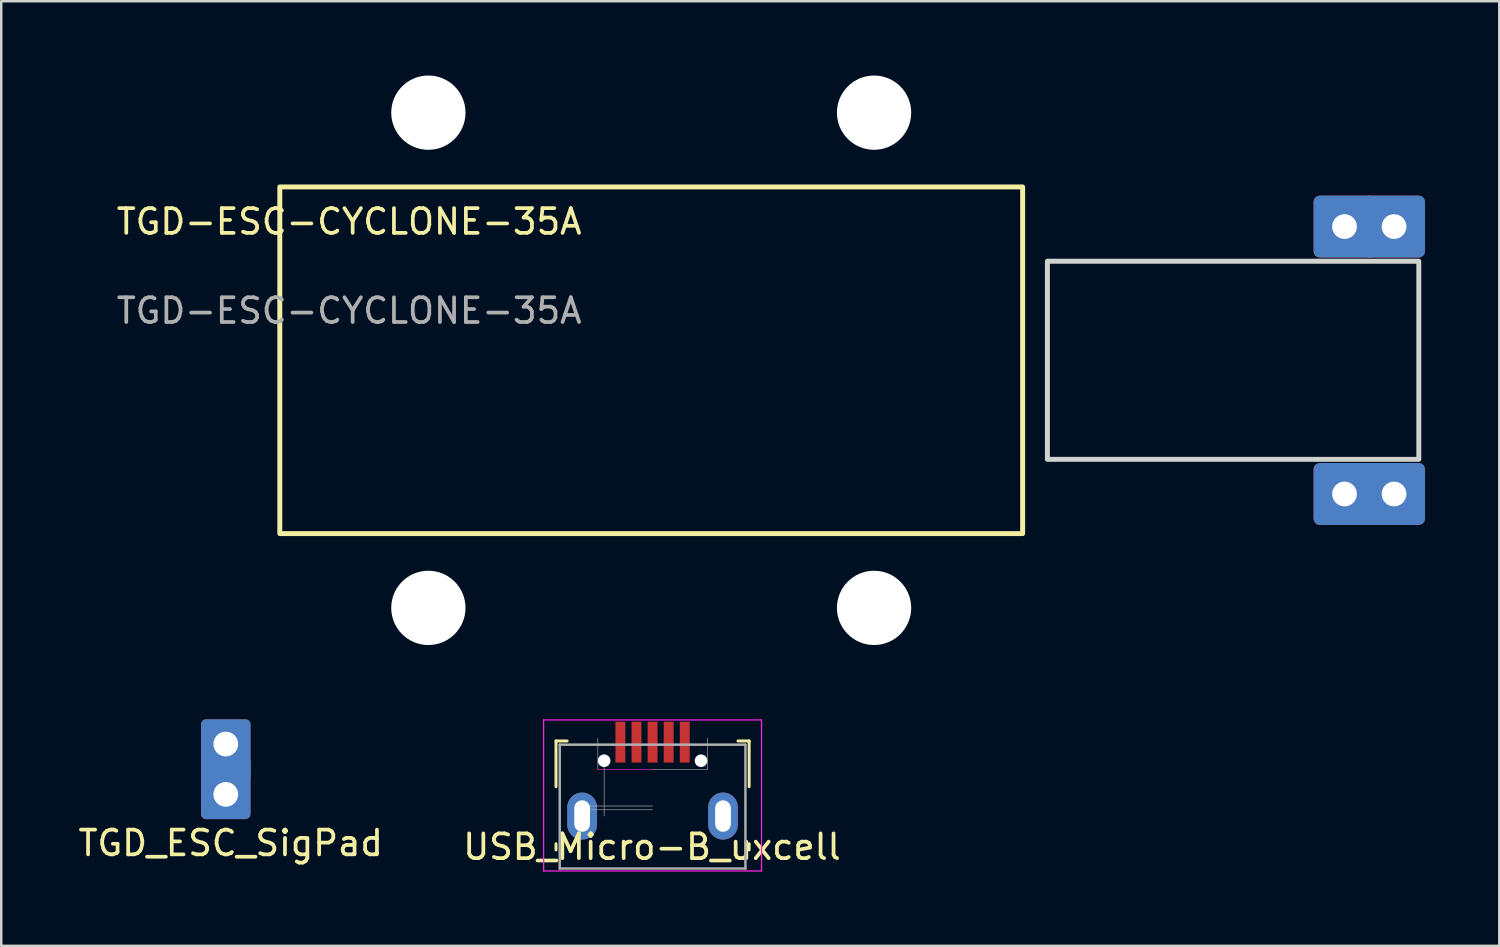
<source format=kicad_pcb>
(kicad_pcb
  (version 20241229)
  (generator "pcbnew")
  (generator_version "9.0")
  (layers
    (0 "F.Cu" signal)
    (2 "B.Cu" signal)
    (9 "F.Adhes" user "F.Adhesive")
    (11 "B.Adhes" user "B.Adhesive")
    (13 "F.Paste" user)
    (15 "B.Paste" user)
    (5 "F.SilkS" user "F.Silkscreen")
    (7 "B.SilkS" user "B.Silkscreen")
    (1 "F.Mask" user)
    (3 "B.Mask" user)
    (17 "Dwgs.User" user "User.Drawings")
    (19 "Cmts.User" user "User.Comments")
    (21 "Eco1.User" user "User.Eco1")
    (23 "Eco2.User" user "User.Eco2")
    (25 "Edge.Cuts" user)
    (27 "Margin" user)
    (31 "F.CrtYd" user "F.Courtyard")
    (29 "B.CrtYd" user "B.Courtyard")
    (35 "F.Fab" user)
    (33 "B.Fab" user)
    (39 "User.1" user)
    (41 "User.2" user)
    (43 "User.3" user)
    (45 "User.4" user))
  (footprint "TGD_ESC_SigPad"
    (layer "F.Cu")
    (at 6.068 27)
    (property "Reference" "TGD_ESC_SigPad" (at 0.2 4 0) (layer "F.SilkS") (effects (font (size 1 1) (thickness 0.15))))
    (attr through_hole)
    (pad "1" thru_hole roundrect (at 0 0) (size 2 2.5) (drill 1 (offset 0 0.25)) (layers "*.Cu" "*.Mask") (roundrect_rratio 0.1))
    (pad "1" thru_hole roundrect (at 0 2.032 180) (size 2 2.5) (drill 1 (offset 0 0.25)) (layers "*.Cu" "*.Mask") (roundrect_rratio 0.1)))
  (footprint "TGD-ESC-CYCLONE-35A"
    (layer "F.Cu")
    (at 0.25 11.5)
    (property "Reference" "TGD-ESC-CYCLONE-35A" (at 10.8 -5.6 0) (unlocked yes) (layer "F.SilkS") (effects (font (size 1 1) (thickness 0.15))))
    (attr through_hole)
    (fp_rect (start 8 -7) (end 38 7) (stroke (width 0.2) (type solid)) (fill no) (layer "F.SilkS"))
    (fp_rect (start 39 -4) (end 54 4) (stroke (width 0.2) (type solid)) (fill no) (layer "Edge.Cuts"))
    (fp_text user "${REFERENCE}" (at 10.8 -2 0) (unlocked yes) (layer "F.Fab") (effects (font (size 1 1) (thickness 0.15))))
    (pad "" np_thru_hole circle (at 14 -10) (size 3 3) (drill 3) (layers "*.Cu" "*.Mask"))
    (pad "" np_thru_hole circle (at 14 10) (size 3 3) (drill 3) (layers "*.Cu" "*.Mask"))
    (pad "" np_thru_hole circle (at 32 -10) (size 3 3) (drill 3) (layers "*.Cu" "*.Mask"))
    (pad "" np_thru_hole circle (at 32 10) (size 3 3) (drill 3) (layers "*.Cu" "*.Mask"))
    (pad "1" thru_hole roundrect (at 51 -5.4 90) (size 2.5 2.5) (drill 1) (layers "*.Cu" "*.Mask") (roundrect_rratio 0.1))
    (pad "1" thru_hole roundrect (at 53 -5.4 180) (size 2.5 2.5) (drill 1) (layers "*.Cu" "*.Mask") (roundrect_rratio 0.1))
    (pad "2" thru_hole roundrect (at 51 5.4) (size 2.5 2.5) (drill 1) (layers "*.Cu" "*.Mask") (roundrect_rratio 0.1))
    (pad "2" thru_hole roundrect (at 53 5.4 270) (size 2.5 2.5) (drill 1) (layers "*.Cu" "*.Mask") (roundrect_rratio 0.1)))
  (footprint "USB_Micro-B_uxcell"
    (layer "F.Cu")
    (at 23.305 28.637)
    (property "Reference" "USB_Micro-B_uxcell" (at -0.025 2.515 0) (layer "F.SilkS") (effects (font (size 1 1) (thickness 0.15))))
    (attr smd)
    (fp_line (start -3.9 -1.762) (end -3.45 -1.762) (stroke (width 0.12) (type solid)) (layer "F.SilkS"))
    (fp_line (start -3.9 0.087) (end -3.9 -1.762) (stroke (width 0.12) (type solid)) (layer "F.SilkS"))
    (fp_line (start -3.9 2.638) (end -3.9 2.388) (stroke (width 0.12) (type solid)) (layer "F.SilkS"))
    (fp_line (start 3.9 -1.762) (end 3.45 -1.762) (stroke (width 0.12) (type solid)) (layer "F.SilkS"))
    (fp_line (start 3.9 0.087) (end 3.9 -1.762) (stroke (width 0.12) (type solid)) (layer "F.SilkS"))
    (fp_line (start 3.9 2.638) (end 3.9 2.388) (stroke (width 0.12) (type solid)) (layer "F.SilkS"))
    (fp_line (start -4.4 -2.612) (end 4.4 -2.612) (stroke (width 0.05) (type solid)) (layer "F.CrtYd"))
    (fp_line (start -4.4 3.488) (end -4.4 -2.612) (stroke (width 0.05) (type solid)) (layer "F.CrtYd"))
    (fp_line (start -4.4 3.488) (end 4.4 3.488) (stroke (width 0.05) (type solid)) (layer "F.CrtYd"))
    (fp_line (start -2.21 -0.61) (end 0 -0.61) (stroke (width 0.025) (type solid)) (layer "F.CrtYd"))
    (fp_line (start 4.4 -2.612) (end 4.4 3.488) (stroke (width 0.05) (type solid)) (layer "F.CrtYd"))
    (fp_line (start -3.75 -1.613) (end 3.75 -1.613) (stroke (width 0.1) (type solid)) (layer "F.Fab"))
    (fp_line (start -3.75 3.388) (end -3.75 -1.613) (stroke (width 0.1) (type solid)) (layer "F.Fab"))
    (fp_line (start -3.75 3.389) (end 3.75 3.389) (stroke (width 0.1) (type solid)) (layer "F.Fab"))
    (fp_line (start -2.21 -0.61) (end -2.21 -1.88) (stroke (width 0.025) (type solid)) (layer "F.Fab"))
    (fp_line (start -1.956 -1.219) (end -1.956 1.27) (stroke (width 0.025) (type solid)) (layer "F.Fab"))
    (fp_line (start 0 0.864) (end -2.54 0.864) (stroke (width 0.025) (type solid)) (layer "F.Fab"))
    (fp_line (start 0 1.016) (end -3.175 1.016) (stroke (width 0.025) (type solid)) (layer "F.Fab"))
    (fp_line (start 2.21 -0.61) (end 0 -0.61) (stroke (width 0.025) (type solid)) (layer "F.Fab"))
    (fp_line (start 2.21 -0.61) (end 2.21 -1.88) (stroke (width 0.025) (type solid)) (layer "F.Fab"))
    (fp_line (start 3.75 3.388) (end 3.75 -1.613) (stroke (width 0.1) (type solid)) (layer "F.Fab"))
    (pad "" np_thru_hole circle (at -1.956 -0.965) (size 0.508 0.508) (drill 0.508) (layers "*.Cu" "*.Mask"))
    (pad "" np_thru_hole circle (at 1.956 -0.965) (size 0.508 0.508) (drill 0.508) (layers "*.Cu" "*.Mask"))
    (pad "1" smd rect (at -1.3 -1.716) (size 0.4 1.651) (layers "F.Cu" "F.Mask" "F.Paste"))
    (pad "2" smd rect (at -0.65 -1.716) (size 0.4 1.651) (layers "F.Cu" "F.Mask" "F.Paste"))
    (pad "3" smd rect (at 0 -1.716) (size 0.4 1.651) (layers "F.Cu" "F.Mask" "F.Paste"))
    (pad "4" smd rect (at 0.65 -1.716) (size 0.4 1.651) (layers "F.Cu" "F.Mask" "F.Paste"))
    (pad "5" smd rect (at 1.3 -1.716) (size 0.4 1.651) (layers "F.Cu" "F.Mask" "F.Paste"))
    (pad "6" thru_hole oval (at -2.845 1.27 180) (size 1.2 1.9) (drill oval 0.635 1.27) (layers "*.Cu" "*.Mask"))
    (pad "6" thru_hole oval (at 2.845 1.27 180) (size 1.2 1.9) (drill oval 0.635 1.27) (layers "*.Cu" "*.Mask")))
  (gr_rect
    (start -3 -3)
    (end 57.5 35.15)
    (stroke (width 0.1) (type default))
    (fill no)
    (layer "Edge.Cuts")))
</source>
